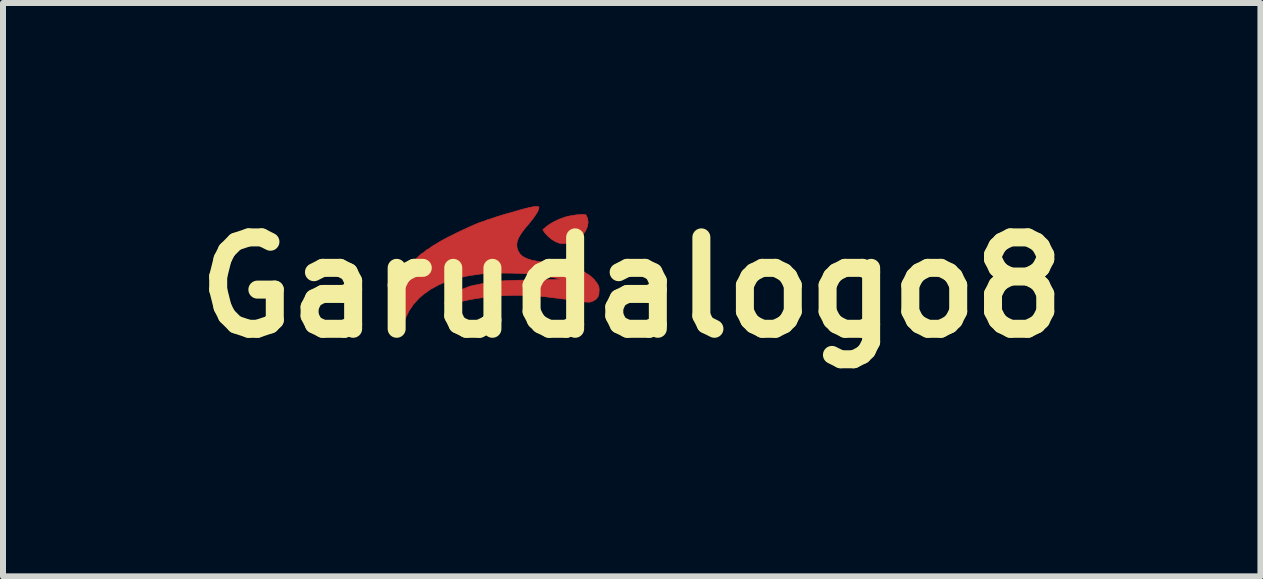
<source format=kicad_pcb>
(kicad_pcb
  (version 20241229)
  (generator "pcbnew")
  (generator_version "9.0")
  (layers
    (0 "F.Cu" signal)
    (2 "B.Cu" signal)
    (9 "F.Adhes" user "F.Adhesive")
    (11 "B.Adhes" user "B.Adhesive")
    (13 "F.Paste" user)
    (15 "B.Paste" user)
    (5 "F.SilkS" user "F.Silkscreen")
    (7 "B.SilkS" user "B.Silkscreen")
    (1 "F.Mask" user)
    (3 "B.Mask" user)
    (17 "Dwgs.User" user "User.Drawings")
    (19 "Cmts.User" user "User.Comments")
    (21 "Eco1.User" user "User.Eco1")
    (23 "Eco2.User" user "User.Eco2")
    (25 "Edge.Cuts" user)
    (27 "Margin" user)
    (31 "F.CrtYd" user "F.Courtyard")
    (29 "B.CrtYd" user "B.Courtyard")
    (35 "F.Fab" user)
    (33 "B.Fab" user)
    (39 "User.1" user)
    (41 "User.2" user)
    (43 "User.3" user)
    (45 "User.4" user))
  (footprint "Garudalogo8"
    (layer "F.Cu")
    (at 4.902 1.222)
    (property "Reference" "Garudalogo8" (at 2.58 0.52 0) (layer "F.SilkS") (effects (font (size 1.524 1.524) (thickness 0.3))))
    (attr through_hole)
    (fp_poly (pts (xy 1.8 -0.695) (xy 1.814 -0.691) (xy 1.826 -0.673) (xy 1.84 -0.643) (xy 1.844 -0.631) (xy 1.853 -0.567) (xy 1.843 -0.499) (xy 1.815 -0.431) (xy 1.771 -0.365) (xy 1.713 -0.305) (xy 1.643 -0.254) (xy 1.613 -0.237) (xy 1.578 -0.226) (xy 1.529 -0.218) (xy 1.473 -0.213) (xy 1.42 -0.212) (xy 1.377 -0.216) (xy 1.372 -0.218) (xy 1.311 -0.242) (xy 1.247 -0.281) (xy 1.186 -0.331) (xy 1.135 -0.386) (xy 1.119 -0.408) (xy 1.097 -0.442) (xy 1.154 -0.492) (xy 1.214 -0.536) (xy 1.29 -0.58) (xy 1.375 -0.619) (xy 1.463 -0.651) (xy 1.489 -0.659) (xy 1.542 -0.671) (xy 1.601 -0.682) (xy 1.661 -0.69) (xy 1.718 -0.695) (xy 1.766 -0.697) (xy 1.8 -0.695)) (stroke (width 0.01) (type solid)) (fill yes) (layer "F.Cu"))
    (fp_poly (pts (xy 1.024 -0.828) (xy 1.031 -0.821) (xy 1.033 -0.806) (xy 1.025 -0.772) (xy 1.001 -0.725) (xy 0.964 -0.668) (xy 0.916 -0.603) (xy 0.866 -0.542) (xy 0.793 -0.455) (xy 0.738 -0.38) (xy 0.698 -0.315) (xy 0.674 -0.256) (xy 0.664 -0.202) (xy 0.667 -0.151) (xy 0.683 -0.098) (xy 0.688 -0.086) (xy 0.719 -0.036) (xy 0.766 0.006) (xy 0.831 0.039) (xy 0.914 0.066) (xy 1.018 0.086) (xy 1.027 0.087) (xy 1.065 0.093) (xy 1.113 0.101) (xy 1.143 0.106) (xy 1.193 0.114) (xy 1.251 0.122) (xy 1.293 0.129) (xy 1.45 0.155) (xy 1.586 0.187) (xy 1.702 0.225) (xy 1.801 0.27) (xy 1.883 0.322) (xy 1.95 0.383) (xy 1.997 0.442) (xy 2.02 0.48) (xy 2.033 0.513) (xy 2.037 0.55) (xy 2.037 0.57) (xy 2.032 0.634) (xy 2.015 0.682) (xy 1.984 0.718) (xy 1.941 0.744) (xy 1.915 0.755) (xy 1.893 0.763) (xy 1.87 0.766) (xy 1.84 0.765) (xy 1.797 0.762) (xy 1.749 0.756) (xy 1.693 0.75) (xy 1.643 0.743) (xy 1.605 0.737) (xy 1.587 0.734) (xy 1.562 0.729) (xy 1.522 0.723) (xy 1.474 0.717) (xy 1.46 0.715) (xy 1.411 0.709) (xy 1.368 0.704) (xy 1.338 0.7) (xy 1.333 0.699) (xy 1.122 0.673) (xy 0.903 0.657) (xy 0.682 0.651) (xy 0.467 0.656) (xy 0.264 0.67) (xy 0.207 0.677) (xy 0.107 0.689) (xy 0.024 0.7) (xy -0.049 0.711) (xy -0.116 0.723) (xy -0.184 0.737) (xy -0.259 0.754) (xy -0.347 0.776) (xy -0.372 0.782) (xy -0.444 0.798) (xy -0.496 0.806) (xy -0.529 0.804) (xy -0.542 0.794) (xy -0.538 0.773) (xy -0.517 0.742) (xy -0.503 0.725) (xy -0.429 0.654) (xy -0.344 0.597) (xy -0.254 0.555) (xy -0.209 0.536) (xy -0.17 0.521) (xy -0.144 0.51) (xy -0.139 0.508) (xy -0.127 0.504) (xy -0.114 0.499) (xy -0.096 0.495) (xy -0.069 0.489) (xy -0.03 0.481) (xy 0.025 0.47) (xy 0.086 0.457) (xy 0.155 0.444) (xy 0.22 0.433) (xy 0.283 0.424) (xy 0.348 0.417) (xy 0.419 0.411) (xy 0.497 0.406) (xy 0.586 0.403) (xy 0.69 0.4) (xy 0.811 0.398) (xy 0.927 0.396) (xy 1.027 0.395) (xy 1.121 0.393) (xy 1.203 0.391) (xy 1.274 0.39) (xy 1.329 0.388) (xy 1.367 0.387) (xy 1.385 0.385) (xy 1.387 0.385) (xy 1.369 0.377) (xy 1.332 0.368) (xy 1.278 0.357) (xy 1.212 0.344) (xy 1.135 0.332) (xy 1.051 0.32) (xy 0.963 0.308) (xy 0.875 0.298) (xy 0.854 0.295) (xy 0.776 0.289) (xy 0.682 0.285) (xy 0.577 0.282) (xy 0.467 0.281) (xy 0.357 0.281) (xy 0.252 0.284) (xy 0.158 0.288) (xy 0.08 0.294) (xy 0.069 0.295) (xy -0.135 0.324) (xy -0.32 0.364) (xy -0.487 0.414) (xy -0.637 0.477) (xy -0.773 0.551) (xy -0.895 0.639) (xy -0.963 0.698) (xy -1.056 0.799) (xy -1.133 0.912) (xy -1.195 1.039) (xy -1.245 1.182) (xy -1.261 1.247) (xy -1.274 1.276) (xy -1.292 1.292) (xy -1.299 1.293) (xy -1.313 1.288) (xy -1.334 1.279) (xy -1.359 1.265) (xy -1.371 1.253) (xy -1.38 1.236) (xy -1.392 1.204) (xy -1.405 1.165) (xy -1.415 1.128) (xy -1.421 1.103) (xy -1.443 0.948) (xy -1.443 0.802) (xy -1.423 0.663) (xy -1.381 0.528) (xy -1.317 0.397) (xy -1.248 0.289) (xy -1.223 0.258) (xy -1.188 0.217) (xy -1.146 0.171) (xy -1.099 0.123) (xy -1.051 0.075) (xy -1.005 0.03) (xy -0.963 -0.008) (xy -0.93 -0.038) (xy -0.907 -0.054) (xy -0.899 -0.057) (xy -0.884 -0.065) (xy -0.863 -0.084) (xy -0.861 -0.086) (xy -0.839 -0.106) (xy -0.824 -0.115) (xy -0.823 -0.115) (xy -0.808 -0.122) (xy -0.783 -0.139) (xy -0.768 -0.15) (xy -0.741 -0.17) (xy -0.722 -0.182) (xy -0.718 -0.184) (xy -0.706 -0.19) (xy -0.679 -0.206) (xy -0.644 -0.228) (xy -0.633 -0.235) (xy -0.593 -0.259) (xy -0.539 -0.288) (xy -0.473 -0.322) (xy -0.4 -0.359) (xy -0.323 -0.397) (xy -0.243 -0.435) (xy -0.165 -0.471) (xy -0.092 -0.504) (xy -0.026 -0.533) (xy 0.028 -0.555) (xy 0.069 -0.57) (xy 0.093 -0.577) (xy 0.095 -0.577) (xy 0.112 -0.582) (xy 0.138 -0.593) (xy 0.14 -0.594) (xy 0.171 -0.607) (xy 0.197 -0.615) (xy 0.225 -0.622) (xy 0.236 -0.626) (xy 0.263 -0.636) (xy 0.305 -0.65) (xy 0.355 -0.666) (xy 0.405 -0.682) (xy 0.448 -0.695) (xy 0.476 -0.703) (xy 0.513 -0.713) (xy 0.558 -0.726) (xy 0.583 -0.733) (xy 0.7 -0.767) (xy 0.796 -0.793) (xy 0.873 -0.812) (xy 0.932 -0.824) (xy 0.967 -0.828) (xy 1.004 -0.83) (xy 1.024 -0.828)) (stroke (width 0.01) (type solid)) (fill yes) (layer "F.Cu"))
    (fp_poly (pts (xy 1.805 -0.882) (xy 1.909 -0.876) (xy 2.013 -0.866) (xy 2.11 -0.852) (xy 2.194 -0.836) (xy 2.235 -0.827) (xy 2.269 -0.819) (xy 2.286 -0.816) (xy 2.311 -0.81) (xy 2.346 -0.8) (xy 2.361 -0.796) (xy 2.394 -0.786) (xy 2.419 -0.78) (xy 2.425 -0.779) (xy 2.442 -0.775) (xy 2.472 -0.763) (xy 2.488 -0.757) (xy 2.559 -0.726) (xy 2.607 -0.702) (xy 2.634 -0.685) (xy 2.639 -0.676) (xy 2.638 -0.675) (xy 2.618 -0.673) (xy 2.614 -0.675) (xy 2.598 -0.682) (xy 2.566 -0.692) (xy 2.526 -0.704) (xy 2.525 -0.704) (xy 2.396 -0.736) (xy 2.275 -0.758) (xy 2.155 -0.769) (xy 2.031 -0.772) (xy 1.897 -0.765) (xy 1.749 -0.748) (xy 1.717 -0.744) (xy 1.684 -0.738) (xy 1.635 -0.727) (xy 1.577 -0.714) (xy 1.517 -0.699) (xy 1.463 -0.684) (xy 1.42 -0.672) (xy 1.414 -0.67) (xy 1.369 -0.653) (xy 1.314 -0.631) (xy 1.252 -0.605) (xy 1.19 -0.577) (xy 1.131 -0.549) (xy 1.08 -0.524) (xy 1.042 -0.503) (xy 1.021 -0.489) (xy 0.992 -0.472) (xy 0.961 -0.466) (xy 0.936 -0.471) (xy 0.932 -0.475) (xy 0.927 -0.497) (xy 0.933 -0.53) (xy 0.948 -0.568) (xy 0.964 -0.596) (xy 0.992 -0.632) (xy 1.019 -0.663) (xy 1.042 -0.685) (xy 1.054 -0.692) (xy 1.07 -0.7) (xy 1.079 -0.709) (xy 1.099 -0.726) (xy 1.127 -0.744) (xy 1.129 -0.745) (xy 1.19 -0.777) (xy 1.233 -0.798) (xy 1.262 -0.81) (xy 1.274 -0.813) (xy 1.296 -0.819) (xy 1.329 -0.829) (xy 1.345 -0.834) (xy 1.39 -0.847) (xy 1.44 -0.858) (xy 1.454 -0.86) (xy 1.496 -0.867) (xy 1.535 -0.873) (xy 1.547 -0.875) (xy 1.618 -0.882) (xy 1.706 -0.884) (xy 1.805 -0.882)) (stroke (width 0.01) (type solid)) (fill yes) (layer "F.Paste"))
    (fp_poly (pts (xy 4.207 -0.387) (xy 4.28 -0.382) (xy 4.283 -0.382) (xy 4.377 -0.373) (xy 4.455 -0.364) (xy 4.522 -0.354) (xy 4.584 -0.341) (xy 4.648 -0.325) (xy 4.719 -0.303) (xy 4.739 -0.297) (xy 4.893 -0.24) (xy 5.049 -0.166) (xy 5.199 -0.079) (xy 5.304 -0.008) (xy 5.339 0.02) (xy 5.384 0.055) (xy 5.434 0.096) (xy 5.485 0.138) (xy 5.534 0.179) (xy 5.576 0.215) (xy 5.609 0.244) (xy 5.627 0.262) (xy 5.628 0.263) (xy 5.642 0.278) (xy 5.668 0.307) (xy 5.702 0.346) (xy 5.742 0.391) (xy 5.753 0.404) (xy 5.801 0.458) (xy 5.849 0.516) (xy 5.894 0.572) (xy 5.929 0.618) (xy 5.967 0.67) (xy 6.012 0.73) (xy 6.055 0.79) (xy 6.072 0.813) (xy 6.114 0.872) (xy 6.138 0.916) (xy 6.147 0.944) (xy 6.14 0.958) (xy 6.132 0.959) (xy 6.114 0.951) (xy 6.094 0.933) (xy 6.072 0.906) (xy 6.047 0.872) (xy 6.043 0.866) (xy 5.991 0.796) (xy 5.924 0.718) (xy 5.849 0.639) (xy 5.771 0.564) (xy 5.694 0.498) (xy 5.645 0.461) (xy 5.581 0.416) (xy 5.531 0.381) (xy 5.489 0.354) (xy 5.452 0.331) (xy 5.414 0.309) (xy 5.37 0.285) (xy 5.362 0.281) (xy 5.312 0.255) (xy 5.252 0.227) (xy 5.186 0.199) (xy 5.121 0.172) (xy 5.06 0.149) (xy 5.01 0.132) (xy 4.977 0.123) (xy 4.864 0.099) (xy 4.768 0.074) (xy 4.682 0.045) (xy 4.599 0.011) (xy 4.513 -0.032) (xy 4.468 -0.057) (xy 4.427 -0.08) (xy 4.389 -0.101) (xy 4.366 -0.114) (xy 4.347 -0.124) (xy 4.331 -0.134) (xy 4.311 -0.146) (xy 4.284 -0.163) (xy 4.246 -0.187) (xy 4.196 -0.219) (xy 4.149 -0.249) (xy 4.104 -0.276) (xy 4.068 -0.297) (xy 4.055 -0.304) (xy 4.022 -0.326) (xy 4.011 -0.346) (xy 4.024 -0.363) (xy 4.059 -0.378) (xy 4.072 -0.381) (xy 4.108 -0.387) (xy 4.152 -0.389) (xy 4.207 -0.387)) (stroke (width 0.01) (type solid)) (fill yes) (layer "F.Paste"))
    (fp_poly (pts (xy 2.337 0.607) (xy 2.369 0.617) (xy 2.415 0.627) (xy 2.463 0.636) (xy 2.465 0.636) (xy 2.673 0.675) (xy 2.864 0.722) (xy 3.041 0.777) (xy 3.21 0.841) (xy 3.319 0.891) (xy 3.372 0.916) (xy 3.413 0.937) (xy 3.45 0.957) (xy 3.488 0.98) (xy 3.533 1.009) (xy 3.585 1.043) (xy 3.654 1.095) (xy 3.73 1.163) (xy 3.807 1.241) (xy 3.881 1.325) (xy 3.947 1.41) (xy 3.974 1.447) (xy 3.994 1.478) (xy 4.008 1.5) (xy 4.012 1.508) (xy 4.017 1.52) (xy 4.031 1.546) (xy 4.051 1.584) (xy 4.062 1.604) (xy 4.088 1.652) (xy 4.102 1.684) (xy 4.105 1.701) (xy 4.098 1.709) (xy 4.092 1.709) (xy 4.081 1.701) (xy 4.058 1.68) (xy 4.028 1.649) (xy 4.004 1.624) (xy 3.947 1.565) (xy 3.885 1.508) (xy 3.823 1.456) (xy 3.766 1.412) (xy 3.718 1.38) (xy 3.7 1.371) (xy 3.68 1.36) (xy 3.649 1.343) (xy 3.631 1.332) (xy 3.559 1.295) (xy 3.47 1.255) (xy 3.369 1.214) (xy 3.26 1.174) (xy 3.149 1.137) (xy 3.042 1.105) (xy 2.943 1.079) (xy 2.863 1.062) (xy 2.823 1.055) (xy 2.771 1.045) (xy 2.717 1.035) (xy 2.707 1.033) (xy 2.596 1.013) (xy 2.502 0.997) (xy 2.424 0.987) (xy 2.383 0.982) (xy 2.331 0.976) (xy 2.277 0.97) (xy 2.274 0.969) (xy 2.229 0.965) (xy 2.168 0.961) (xy 2.098 0.956) (xy 2.024 0.953) (xy 1.991 0.952) (xy 1.911 0.949) (xy 1.851 0.946) (xy 1.807 0.943) (xy 1.777 0.939) (xy 1.758 0.933) (xy 1.746 0.925) (xy 1.739 0.914) (xy 1.735 0.907) (xy 1.728 0.884) (xy 1.731 0.866) (xy 1.747 0.853) (xy 1.779 0.843) (xy 1.827 0.836) (xy 1.896 0.83) (xy 1.939 0.827) (xy 1.972 0.825) (xy 1.998 0.823) (xy 2.02 0.817) (xy 2.04 0.806) (xy 2.063 0.787) (xy 2.091 0.757) (xy 2.128 0.715) (xy 2.176 0.659) (xy 2.215 0.62) (xy 2.251 0.599) (xy 2.29 0.596) (xy 2.337 0.607)) (stroke (width 0.01) (type solid)) (fill yes) (layer "F.Paste"))
    (fp_poly (pts (xy 3.776 0.213) (xy 3.82 0.22) (xy 3.865 0.227) (xy 3.867 0.228) (xy 3.911 0.236) (xy 3.968 0.249) (xy 4.033 0.266) (xy 4.096 0.283) (xy 4.129 0.293) (xy 4.19 0.317) (xy 4.263 0.351) (xy 4.343 0.393) (xy 4.423 0.439) (xy 4.496 0.487) (xy 4.529 0.511) (xy 4.665 0.623) (xy 4.8 0.756) (xy 4.93 0.908) (xy 5.056 1.078) (xy 5.166 1.248) (xy 5.194 1.295) (xy 5.217 1.338) (xy 5.234 1.369) (xy 5.241 1.384) (xy 5.251 1.404) (xy 5.259 1.409) (xy 5.27 1.418) (xy 5.27 1.42) (xy 5.275 1.435) (xy 5.287 1.466) (xy 5.305 1.506) (xy 5.317 1.533) (xy 5.343 1.588) (xy 5.363 1.631) (xy 5.381 1.671) (xy 5.401 1.716) (xy 5.42 1.758) (xy 5.443 1.814) (xy 5.467 1.881) (xy 5.491 1.953) (xy 5.514 2.028) (xy 5.534 2.101) (xy 5.552 2.17) (xy 5.566 2.23) (xy 5.574 2.277) (xy 5.576 2.307) (xy 5.575 2.315) (xy 5.563 2.331) (xy 5.549 2.325) (xy 5.532 2.295) (xy 5.53 2.291) (xy 5.519 2.262) (xy 5.513 2.243) (xy 5.513 2.241) (xy 5.508 2.227) (xy 5.496 2.197) (xy 5.479 2.156) (xy 5.458 2.107) (xy 5.436 2.056) (xy 5.414 2.007) (xy 5.395 1.964) (xy 5.394 1.963) (xy 5.379 1.932) (xy 5.358 1.892) (xy 5.333 1.847) (xy 5.308 1.802) (xy 5.286 1.763) (xy 5.269 1.734) (xy 5.259 1.721) (xy 5.259 1.721) (xy 5.248 1.707) (xy 5.241 1.696) (xy 5.186 1.613) (xy 5.116 1.526) (xy 5.037 1.438) (xy 4.954 1.354) (xy 4.87 1.281) (xy 4.792 1.222) (xy 4.782 1.215) (xy 4.693 1.161) (xy 4.607 1.118) (xy 4.519 1.084) (xy 4.421 1.055) (xy 4.329 1.033) (xy 4.31 1.019) (xy 4.285 0.982) (xy 4.266 0.945) (xy 4.186 0.794) (xy 4.094 0.655) (xy 3.988 0.52) (xy 3.864 0.386) (xy 3.848 0.37) (xy 3.792 0.314) (xy 3.754 0.271) (xy 3.731 0.241) (xy 3.723 0.222) (xy 3.731 0.212) (xy 3.752 0.211) (xy 3.776 0.213)) (stroke (width 0.01) (type solid)) (fill yes) (layer "F.Paste"))
    (fp_poly (pts (xy 2.883 -0.527) (xy 2.933 -0.521) (xy 2.987 -0.515) (xy 3.007 -0.513) (xy 3.046 -0.508) (xy 3.101 -0.498) (xy 3.168 -0.486) (xy 3.24 -0.472) (xy 3.312 -0.457) (xy 3.378 -0.443) (xy 3.433 -0.43) (xy 3.469 -0.421) (xy 3.51 -0.409) (xy 3.56 -0.394) (xy 3.59 -0.386) (xy 3.704 -0.348) (xy 3.831 -0.3) (xy 3.963 -0.244) (xy 4.095 -0.182) (xy 4.222 -0.118) (xy 4.335 -0.054) (xy 4.37 -0.033) (xy 4.527 0.072) (xy 4.68 0.189) (xy 4.826 0.313) (xy 4.961 0.442) (xy 5.081 0.572) (xy 5.183 0.7) (xy 5.207 0.734) (xy 5.233 0.771) (xy 5.256 0.8) (xy 5.27 0.816) (xy 5.272 0.818) (xy 5.282 0.831) (xy 5.282 0.833) (xy 5.287 0.848) (xy 5.303 0.876) (xy 5.323 0.91) (xy 5.351 0.956) (xy 5.381 1.01) (xy 5.41 1.067) (xy 5.436 1.122) (xy 5.458 1.171) (xy 5.473 1.209) (xy 5.478 1.232) (xy 5.473 1.254) (xy 5.458 1.256) (xy 5.434 1.239) (xy 5.402 1.201) (xy 5.391 1.187) (xy 5.362 1.148) (xy 5.325 1.097) (xy 5.284 1.042) (xy 5.252 0.997) (xy 5.221 0.956) (xy 5.182 0.908) (xy 5.139 0.856) (xy 5.094 0.803) (xy 5.049 0.752) (xy 5.007 0.705) (xy 4.972 0.666) (xy 4.944 0.639) (xy 4.928 0.625) (xy 4.925 0.624) (xy 4.913 0.616) (xy 4.89 0.597) (xy 4.866 0.574) (xy 4.827 0.539) (xy 4.78 0.502) (xy 4.751 0.479) (xy 4.717 0.455) (xy 4.689 0.435) (xy 4.676 0.424) (xy 4.632 0.393) (xy 4.571 0.356) (xy 4.499 0.315) (xy 4.42 0.273) (xy 4.339 0.234) (xy 4.261 0.198) (xy 4.196 0.172) (xy 4.039 0.12) (xy 3.88 0.082) (xy 3.725 0.061) (xy 3.613 0.056) (xy 3.549 0.049) (xy 3.496 0.027) (xy 3.446 -0.014) (xy 3.405 -0.049) (xy 3.349 -0.093) (xy 3.28 -0.143) (xy 3.204 -0.195) (xy 3.124 -0.246) (xy 3.065 -0.282) (xy 3.013 -0.313) (xy 2.965 -0.342) (xy 2.927 -0.366) (xy 2.903 -0.381) (xy 2.901 -0.382) (xy 2.876 -0.397) (xy 2.859 -0.404) (xy 2.858 -0.404) (xy 2.841 -0.411) (xy 2.831 -0.418) (xy 2.808 -0.436) (xy 2.793 -0.445) (xy 2.774 -0.466) (xy 2.767 -0.488) (xy 2.771 -0.512) (xy 2.792 -0.525) (xy 2.83 -0.53) (xy 2.883 -0.527)) (stroke (width 0.01) (type solid)) (fill yes) (layer "F.Paste"))
    (fp_poly (pts (xy 2.452 -1.217) (xy 2.68 -1.193) (xy 2.909 -1.147) (xy 3.048 -1.108) (xy 3.089 -1.094) (xy 3.122 -1.082) (xy 3.139 -1.074) (xy 3.14 -1.074) (xy 3.157 -1.066) (xy 3.187 -1.053) (xy 3.209 -1.045) (xy 3.273 -1.02) (xy 3.342 -0.989) (xy 3.409 -0.957) (xy 3.464 -0.927) (xy 3.481 -0.916) (xy 3.511 -0.898) (xy 3.532 -0.886) (xy 3.538 -0.883) (xy 3.551 -0.877) (xy 3.578 -0.86) (xy 3.612 -0.838) (xy 3.649 -0.813) (xy 3.684 -0.79) (xy 3.711 -0.77) (xy 3.723 -0.761) (xy 3.74 -0.746) (xy 3.769 -0.722) (xy 3.806 -0.692) (xy 3.817 -0.684) (xy 3.867 -0.642) (xy 3.911 -0.601) (xy 3.945 -0.565) (xy 3.967 -0.536) (xy 3.974 -0.517) (xy 3.974 -0.516) (xy 3.965 -0.503) (xy 3.948 -0.503) (xy 3.92 -0.517) (xy 3.885 -0.542) (xy 3.847 -0.568) (xy 3.812 -0.591) (xy 3.79 -0.603) (xy 3.767 -0.615) (xy 3.758 -0.626) (xy 3.758 -0.626) (xy 3.748 -0.634) (xy 3.721 -0.65) (xy 3.682 -0.671) (xy 3.636 -0.695) (xy 3.585 -0.72) (xy 3.535 -0.743) (xy 3.49 -0.763) (xy 3.455 -0.777) (xy 3.452 -0.778) (xy 3.414 -0.792) (xy 3.382 -0.803) (xy 3.371 -0.807) (xy 3.343 -0.817) (xy 3.298 -0.83) (xy 3.239 -0.847) (xy 3.173 -0.865) (xy 3.169 -0.866) (xy 3.087 -0.883) (xy 2.988 -0.895) (xy 2.88 -0.903) (xy 2.768 -0.905) (xy 2.659 -0.903) (xy 2.558 -0.894) (xy 2.517 -0.888) (xy 2.473 -0.881) (xy 2.435 -0.876) (xy 2.413 -0.872) (xy 2.39 -0.874) (xy 2.354 -0.882) (xy 2.32 -0.892) (xy 2.275 -0.906) (xy 2.218 -0.922) (xy 2.161 -0.938) (xy 2.153 -0.94) (xy 2.106 -0.952) (xy 2.067 -0.963) (xy 2.042 -0.971) (xy 2.037 -0.973) (xy 2.019 -0.977) (xy 1.983 -0.982) (xy 1.937 -0.988) (xy 1.905 -0.992) (xy 1.762 -0.997) (xy 1.626 -0.986) (xy 1.501 -0.959) (xy 1.389 -0.916) (xy 1.383 -0.913) (xy 1.351 -0.898) (xy 1.328 -0.89) (xy 1.323 -0.889) (xy 1.307 -0.883) (xy 1.28 -0.867) (xy 1.268 -0.86) (xy 1.231 -0.842) (xy 1.198 -0.839) (xy 1.173 -0.85) (xy 1.162 -0.874) (xy 1.163 -0.888) (xy 1.175 -0.903) (xy 1.207 -0.924) (xy 1.254 -0.949) (xy 1.313 -0.978) (xy 1.382 -1.009) (xy 1.458 -1.04) (xy 1.536 -1.071) (xy 1.615 -1.1) (xy 1.691 -1.125) (xy 1.761 -1.146) (xy 1.778 -1.15) (xy 2.001 -1.195) (xy 2.226 -1.217) (xy 2.452 -1.217)) (stroke (width 0.01) (type solid)) (fill yes) (layer "F.Paste"))
    (fp_poly (pts (xy 1.99 -0.724) (xy 2.019 -0.715) (xy 2.056 -0.704) (xy 2.091 -0.692) (xy 2.118 -0.683) (xy 2.124 -0.68) (xy 2.149 -0.671) (xy 2.185 -0.658) (xy 2.199 -0.653) (xy 2.281 -0.623) (xy 2.378 -0.582) (xy 2.483 -0.533) (xy 2.592 -0.479) (xy 2.7 -0.422) (xy 2.802 -0.364) (xy 2.892 -0.308) (xy 2.921 -0.289) (xy 2.951 -0.27) (xy 2.972 -0.257) (xy 2.979 -0.254) (xy 2.991 -0.247) (xy 3.018 -0.23) (xy 3.054 -0.205) (xy 3.096 -0.176) (xy 3.14 -0.145) (xy 3.18 -0.115) (xy 3.213 -0.09) (xy 3.235 -0.073) (xy 3.239 -0.07) (xy 3.26 -0.051) (xy 3.288 -0.027) (xy 3.294 -0.023) (xy 3.36 0.03) (xy 3.433 0.092) (xy 3.512 0.161) (xy 3.593 0.234) (xy 3.675 0.31) (xy 3.753 0.386) (xy 3.827 0.458) (xy 3.893 0.525) (xy 3.948 0.583) (xy 3.99 0.632) (xy 4.009 0.656) (xy 4.033 0.691) (xy 4.053 0.718) (xy 4.064 0.732) (xy 4.075 0.748) (xy 4.093 0.779) (xy 4.11 0.811) (xy 4.13 0.856) (xy 4.136 0.883) (xy 4.127 0.893) (xy 4.103 0.885) (xy 4.064 0.859) (xy 4.057 0.853) (xy 4.027 0.829) (xy 3.985 0.793) (xy 3.937 0.75) (xy 3.884 0.702) (xy 3.831 0.653) (xy 3.781 0.607) (xy 3.738 0.566) (xy 3.705 0.533) (xy 3.685 0.512) (xy 3.685 0.511) (xy 3.665 0.492) (xy 3.633 0.464) (xy 3.591 0.43) (xy 3.543 0.393) (xy 3.494 0.356) (xy 3.448 0.322) (xy 3.407 0.294) (xy 3.376 0.275) (xy 3.359 0.267) (xy 3.358 0.267) (xy 3.342 0.258) (xy 3.325 0.243) (xy 3.306 0.226) (xy 3.293 0.22) (xy 3.278 0.214) (xy 3.252 0.198) (xy 3.233 0.186) (xy 3.204 0.167) (xy 3.184 0.158) (xy 3.178 0.157) (xy 3.167 0.154) (xy 3.158 0.145) (xy 3.139 0.13) (xy 3.13 0.127) (xy 3.113 0.122) (xy 3.084 0.109) (xy 3.053 0.094) (xy 3.013 0.074) (xy 2.96 0.05) (xy 2.905 0.026) (xy 2.886 0.018) (xy 2.838 -0.001) (xy 2.797 -0.018) (xy 2.768 -0.03) (xy 2.759 -0.034) (xy 2.735 -0.043) (xy 2.694 -0.056) (xy 2.643 -0.071) (xy 2.586 -0.088) (xy 2.531 -0.103) (xy 2.481 -0.116) (xy 2.465 -0.121) (xy 2.387 -0.139) (xy 2.326 -0.154) (xy 2.275 -0.165) (xy 2.226 -0.176) (xy 2.174 -0.186) (xy 2.111 -0.198) (xy 2.06 -0.208) (xy 2.017 -0.214) (xy 1.967 -0.218) (xy 1.944 -0.218) (xy 1.893 -0.222) (xy 1.849 -0.233) (xy 1.815 -0.248) (xy 1.797 -0.265) (xy 1.795 -0.272) (xy 1.799 -0.294) (xy 1.813 -0.323) (xy 1.839 -0.363) (xy 1.866 -0.4) (xy 1.888 -0.433) (xy 1.904 -0.464) (xy 1.914 -0.499) (xy 1.922 -0.546) (xy 1.929 -0.604) (xy 1.936 -0.643) (xy 1.947 -0.68) (xy 1.959 -0.71) (xy 1.972 -0.726) (xy 1.975 -0.727) (xy 1.99 -0.724)) (stroke (width 0.01) (type solid)) (fill yes) (layer "F.Paste"))
    (fp_poly (pts (xy 1.749 -0.161) (xy 1.797 -0.155) (xy 1.861 -0.145) (xy 1.939 -0.131) (xy 2.026 -0.113) (xy 2.108 -0.097) (xy 2.172 -0.083) (xy 2.223 -0.072) (xy 2.266 -0.061) (xy 2.305 -0.051) (xy 2.346 -0.039) (xy 2.392 -0.025) (xy 2.424 -0.015) (xy 2.505 0.011) (xy 2.568 0.032) (xy 2.617 0.049) (xy 2.657 0.063) (xy 2.692 0.077) (xy 2.701 0.081) (xy 2.738 0.097) (xy 2.77 0.11) (xy 2.782 0.115) (xy 2.841 0.14) (xy 2.903 0.168) (xy 2.962 0.195) (xy 3.01 0.218) (xy 3.03 0.229) (xy 3.104 0.271) (xy 3.182 0.318) (xy 3.26 0.365) (xy 3.33 0.41) (xy 3.387 0.449) (xy 3.396 0.455) (xy 3.469 0.508) (xy 3.528 0.553) (xy 3.58 0.595) (xy 3.63 0.639) (xy 3.683 0.689) (xy 3.736 0.741) (xy 3.801 0.805) (xy 3.856 0.864) (xy 3.91 0.923) (xy 3.966 0.989) (xy 4.021 1.057) (xy 4.042 1.085) (xy 4.071 1.126) (xy 4.106 1.177) (xy 4.145 1.235) (xy 4.186 1.297) (xy 4.226 1.36) (xy 4.265 1.42) (xy 4.299 1.475) (xy 4.328 1.521) (xy 4.348 1.555) (xy 4.357 1.574) (xy 4.358 1.576) (xy 4.363 1.588) (xy 4.377 1.613) (xy 4.391 1.638) (xy 4.411 1.674) (xy 4.427 1.705) (xy 4.432 1.719) (xy 4.435 1.74) (xy 4.425 1.744) (xy 4.406 1.735) (xy 4.383 1.712) (xy 4.369 1.695) (xy 4.317 1.624) (xy 4.275 1.572) (xy 4.248 1.542) (xy 4.232 1.524) (xy 4.204 1.493) (xy 4.169 1.453) (xy 4.131 1.409) (xy 4.131 1.409) (xy 4.065 1.335) (xy 3.988 1.256) (xy 3.905 1.176) (xy 3.823 1.101) (xy 3.747 1.036) (xy 3.719 1.014) (xy 3.659 0.968) (xy 3.615 0.935) (xy 3.585 0.913) (xy 3.564 0.899) (xy 3.552 0.892) (xy 3.546 0.89) (xy 3.532 0.883) (xy 3.507 0.867) (xy 3.5 0.862) (xy 3.471 0.842) (xy 3.427 0.817) (xy 3.373 0.788) (xy 3.314 0.757) (xy 3.253 0.727) (xy 3.193 0.699) (xy 3.141 0.675) (xy 3.098 0.657) (xy 3.07 0.648) (xy 3.064 0.647) (xy 3.041 0.641) (xy 3.035 0.637) (xy 3.019 0.629) (xy 2.984 0.618) (xy 2.935 0.605) (xy 2.877 0.59) (xy 2.815 0.576) (xy 2.753 0.563) (xy 2.695 0.552) (xy 2.678 0.549) (xy 2.628 0.542) (xy 2.563 0.536) (xy 2.489 0.53) (xy 2.414 0.526) (xy 2.389 0.525) (xy 2.205 0.518) (xy 2.125 0.43) (xy 2.046 0.345) (xy 1.976 0.275) (xy 1.91 0.216) (xy 1.843 0.166) (xy 1.773 0.123) (xy 1.695 0.084) (xy 1.605 0.046) (xy 1.499 0.007) (xy 1.408 -0.024) (xy 1.322 -0.052) (xy 1.256 -0.075) (xy 1.207 -0.094) (xy 1.173 -0.109) (xy 1.152 -0.122) (xy 1.14 -0.133) (xy 1.137 -0.144) (xy 1.137 -0.145) (xy 1.141 -0.155) (xy 1.154 -0.16) (xy 1.18 -0.16) (xy 1.221 -0.155) (xy 1.282 -0.145) (xy 1.293 -0.143) (xy 1.405 -0.131) (xy 1.525 -0.132) (xy 1.639 -0.147) (xy 1.651 -0.149) (xy 1.686 -0.157) (xy 1.712 -0.161) (xy 1.72 -0.163) (xy 1.749 -0.161)) (stroke (width 0.01) (type solid)) (fill yes) (layer "F.Paste"))
    (fp_poly (pts (xy 3.423 -1.174) (xy 3.449 -1.174) (xy 3.513 -1.171) (xy 3.572 -1.168) (xy 3.619 -1.165) (xy 3.651 -1.163) (xy 3.659 -1.162) (xy 3.698 -1.155) (xy 3.75 -1.148) (xy 3.802 -1.141) (xy 3.837 -1.137) (xy 3.86 -1.133) (xy 3.9 -1.124) (xy 3.95 -1.113) (xy 3.989 -1.103) (xy 4.061 -1.085) (xy 4.114 -1.072) (xy 4.152 -1.062) (xy 4.179 -1.055) (xy 4.197 -1.05) (xy 4.212 -1.045) (xy 4.225 -1.04) (xy 4.248 -1.031) (xy 4.285 -1.019) (xy 4.318 -1.009) (xy 4.434 -0.97) (xy 4.563 -0.921) (xy 4.699 -0.863) (xy 4.834 -0.801) (xy 4.901 -0.768) (xy 5.028 -0.703) (xy 5.138 -0.644) (xy 5.235 -0.588) (xy 5.323 -0.533) (xy 5.407 -0.476) (xy 5.491 -0.415) (xy 5.525 -0.389) (xy 5.555 -0.366) (xy 5.578 -0.351) (xy 5.587 -0.346) (xy 5.599 -0.339) (xy 5.624 -0.321) (xy 5.661 -0.294) (xy 5.704 -0.26) (xy 5.75 -0.224) (xy 5.796 -0.188) (xy 5.838 -0.155) (xy 5.872 -0.127) (xy 5.894 -0.108) (xy 5.927 -0.077) (xy 5.961 -0.046) (xy 5.969 -0.039) (xy 6.039 0.026) (xy 6.119 0.104) (xy 6.206 0.191) (xy 6.294 0.282) (xy 6.38 0.374) (xy 6.454 0.455) (xy 6.48 0.486) (xy 6.511 0.524) (xy 6.542 0.564) (xy 6.567 0.599) (xy 6.579 0.616) (xy 6.595 0.645) (xy 6.596 0.656) (xy 6.583 0.651) (xy 6.557 0.629) (xy 6.517 0.591) (xy 6.482 0.557) (xy 6.442 0.516) (xy 6.394 0.469) (xy 6.34 0.418) (xy 6.284 0.366) (xy 6.228 0.314) (xy 6.175 0.267) (xy 6.128 0.225) (xy 6.09 0.192) (xy 6.063 0.171) (xy 6.052 0.163) (xy 6.032 0.15) (xy 6.026 0.145) (xy 6.006 0.126) (xy 5.97 0.097) (xy 5.923 0.061) (xy 5.866 0.019) (xy 5.806 -0.024) (xy 5.744 -0.067) (xy 5.686 -0.107) (xy 5.633 -0.141) (xy 5.593 -0.165) (xy 5.528 -0.202) (xy 5.456 -0.24) (xy 5.382 -0.278) (xy 5.312 -0.312) (xy 5.25 -0.341) (xy 5.202 -0.361) (xy 5.195 -0.364) (xy 5.16 -0.377) (xy 5.134 -0.389) (xy 5.126 -0.394) (xy 5.107 -0.402) (xy 5.091 -0.404) (xy 5.062 -0.41) (xy 5.045 -0.419) (xy 5.015 -0.434) (xy 4.993 -0.441) (xy 4.968 -0.447) (xy 4.929 -0.457) (xy 4.883 -0.469) (xy 4.878 -0.47) (xy 4.728 -0.502) (xy 4.559 -0.522) (xy 4.371 -0.53) (xy 4.338 -0.531) (xy 4.139 -0.531) (xy 4.095 -0.574) (xy 4.063 -0.604) (xy 4.023 -0.641) (xy 3.982 -0.677) (xy 3.982 -0.677) (xy 3.943 -0.711) (xy 3.904 -0.745) (xy 3.874 -0.771) (xy 3.873 -0.772) (xy 3.847 -0.793) (xy 3.808 -0.822) (xy 3.761 -0.857) (xy 3.712 -0.892) (xy 3.667 -0.923) (xy 3.631 -0.947) (xy 3.621 -0.952) (xy 3.601 -0.965) (xy 3.569 -0.985) (xy 3.551 -0.997) (xy 3.515 -1.018) (xy 3.468 -1.044) (xy 3.419 -1.069) (xy 3.412 -1.072) (xy 3.354 -1.101) (xy 3.314 -1.123) (xy 3.289 -1.139) (xy 3.276 -1.152) (xy 3.273 -1.164) (xy 3.277 -1.17) (xy 3.291 -1.174) (xy 3.318 -1.176) (xy 3.361 -1.176) (xy 3.423 -1.174)) (stroke (width 0.01) (type solid)) (fill yes) (layer "F.Paste"))
    (fp_poly (pts (xy 1.025 -0.813) (xy 1.033 -0.806) (xy 1.034 -0.791) (xy 1.026 -0.757) (xy 1.002 -0.71) (xy 0.966 -0.653) (xy 0.917 -0.588) (xy 0.867 -0.527) (xy 0.794 -0.44) (xy 0.739 -0.365) (xy 0.699 -0.3) (xy 0.675 -0.241) (xy 0.665 -0.187) (xy 0.668 -0.136) (xy 0.684 -0.084) (xy 0.689 -0.071) (xy 0.721 -0.021) (xy 0.768 0.021) (xy 0.832 0.054) (xy 0.915 0.081) (xy 1.019 0.101) (xy 1.028 0.102) (xy 1.066 0.108) (xy 1.114 0.116) (xy 1.144 0.121) (xy 1.194 0.129) (xy 1.252 0.137) (xy 1.294 0.143) (xy 1.451 0.17) (xy 1.587 0.202) (xy 1.704 0.24) (xy 1.802 0.285) (xy 1.884 0.337) (xy 1.951 0.398) (xy 1.998 0.457) (xy 2.021 0.495) (xy 2.034 0.528) (xy 2.038 0.564) (xy 2.038 0.585) (xy 2.033 0.649) (xy 2.016 0.697) (xy 1.985 0.733) (xy 1.942 0.758) (xy 1.916 0.77) (xy 1.894 0.778) (xy 1.871 0.781) (xy 1.841 0.78) (xy 1.798 0.777) (xy 1.75 0.771) (xy 1.694 0.764) (xy 1.644 0.758) (xy 1.607 0.752) (xy 1.588 0.749) (xy 1.564 0.744) (xy 1.523 0.738) (xy 1.475 0.732) (xy 1.461 0.73) (xy 1.412 0.724) (xy 1.369 0.718) (xy 1.339 0.714) (xy 1.334 0.714) (xy 1.123 0.688) (xy 0.904 0.672) (xy 0.683 0.666) (xy 0.468 0.671) (xy 0.265 0.685) (xy 0.209 0.692) (xy 0.108 0.704) (xy 0.025 0.715) (xy -0.047 0.726) (xy -0.115 0.738) (xy -0.183 0.752) (xy -0.258 0.769) (xy -0.346 0.791) (xy -0.371 0.797) (xy -0.443 0.813) (xy -0.495 0.821) (xy -0.528 0.819) (xy -0.541 0.808) (xy -0.537 0.788) (xy -0.516 0.757) (xy -0.501 0.74) (xy -0.428 0.669) (xy -0.343 0.612) (xy -0.253 0.57) (xy -0.208 0.551) (xy -0.169 0.536) (xy -0.142 0.525) (xy -0.138 0.523) (xy -0.126 0.519) (xy -0.113 0.514) (xy -0.095 0.51) (xy -0.068 0.504) (xy -0.029 0.496) (xy 0.026 0.484) (xy 0.087 0.472) (xy 0.156 0.459) (xy 0.221 0.448) (xy 0.284 0.439) (xy 0.35 0.432) (xy 0.42 0.426) (xy 0.498 0.421) (xy 0.587 0.418) (xy 0.691 0.415) (xy 0.812 0.412) (xy 0.928 0.411) (xy 1.029 0.409) (xy 1.122 0.408) (xy 1.205 0.406) (xy 1.275 0.405) (xy 1.33 0.403) (xy 1.368 0.402) (xy 1.387 0.4) (xy 1.388 0.4) (xy 1.37 0.392) (xy 1.333 0.383) (xy 1.28 0.371) (xy 1.213 0.359) (xy 1.136 0.347) (xy 1.052 0.335) (xy 0.964 0.323) (xy 0.876 0.313) (xy 0.855 0.31) (xy 0.778 0.304) (xy 0.684 0.3) (xy 0.579 0.297) (xy 0.468 0.296) (xy 0.358 0.296) (xy 0.253 0.299) (xy 0.159 0.303) (xy 0.082 0.309) (xy 0.07 0.31) (xy -0.134 0.339) (xy -0.319 0.379) (xy -0.486 0.429) (xy -0.636 0.492) (xy -0.772 0.566) (xy -0.894 0.654) (xy -0.961 0.713) (xy -1.054 0.814) (xy -1.132 0.926) (xy -1.194 1.054) (xy -1.243 1.197) (xy -1.26 1.262) (xy -1.273 1.291) (xy -1.291 1.307) (xy -1.298 1.308) (xy -1.312 1.303) (xy -1.333 1.294) (xy -1.357 1.279) (xy -1.37 1.268) (xy -1.379 1.251) (xy -1.391 1.218) (xy -1.403 1.18) (xy -1.414 1.143) (xy -1.42 1.118) (xy -1.441 0.963) (xy -1.442 0.817) (xy -1.422 0.678) (xy -1.38 0.543) (xy -1.316 0.411) (xy -1.247 0.304) (xy -1.222 0.273) (xy -1.187 0.232) (xy -1.144 0.186) (xy -1.098 0.138) (xy -1.05 0.09) (xy -1.004 0.045) (xy -0.962 0.006) (xy -0.929 -0.023) (xy -0.906 -0.039) (xy -0.898 -0.042) (xy -0.883 -0.05) (xy -0.862 -0.069) (xy -0.859 -0.071) (xy -0.838 -0.091) (xy -0.823 -0.1) (xy -0.822 -0.1) (xy -0.807 -0.107) (xy -0.782 -0.124) (xy -0.767 -0.135) (xy -0.74 -0.155) (xy -0.721 -0.167) (xy -0.717 -0.169) (xy -0.705 -0.175) (xy -0.678 -0.191) (xy -0.643 -0.213) (xy -0.632 -0.22) (xy -0.592 -0.244) (xy -0.537 -0.273) (xy -0.472 -0.307) (xy -0.399 -0.344) (xy -0.322 -0.382) (xy -0.242 -0.42) (xy -0.164 -0.456) (xy -0.091 -0.489) (xy -0.025 -0.518) (xy 0.029 -0.54) (xy 0.07 -0.556) (xy 0.094 -0.562) (xy 0.096 -0.562) (xy 0.113 -0.567) (xy 0.14 -0.578) (xy 0.141 -0.579) (xy 0.172 -0.592) (xy 0.198 -0.6) (xy 0.226 -0.608) (xy 0.237 -0.612) (xy 0.264 -0.621) (xy 0.306 -0.635) (xy 0.356 -0.651) (xy 0.406 -0.667) (xy 0.449 -0.68) (xy 0.477 -0.688) (xy 0.514 -0.698) (xy 0.559 -0.711) (xy 0.584 -0.718) (xy 0.701 -0.752) (xy 0.797 -0.778) (xy 0.875 -0.797) (xy 0.933 -0.809) (xy 0.968 -0.813) (xy 1.005 -0.815) (xy 1.025 -0.813)) (stroke (width 0.01) (type solid)) (fill yes) (layer "F.Paste")))
  (gr_rect
    (start -3 -3)
    (end 17.964 6.559)
    (stroke (width 0.1) (type default))
    (fill no)
    (layer "Edge.Cuts")))
</source>
